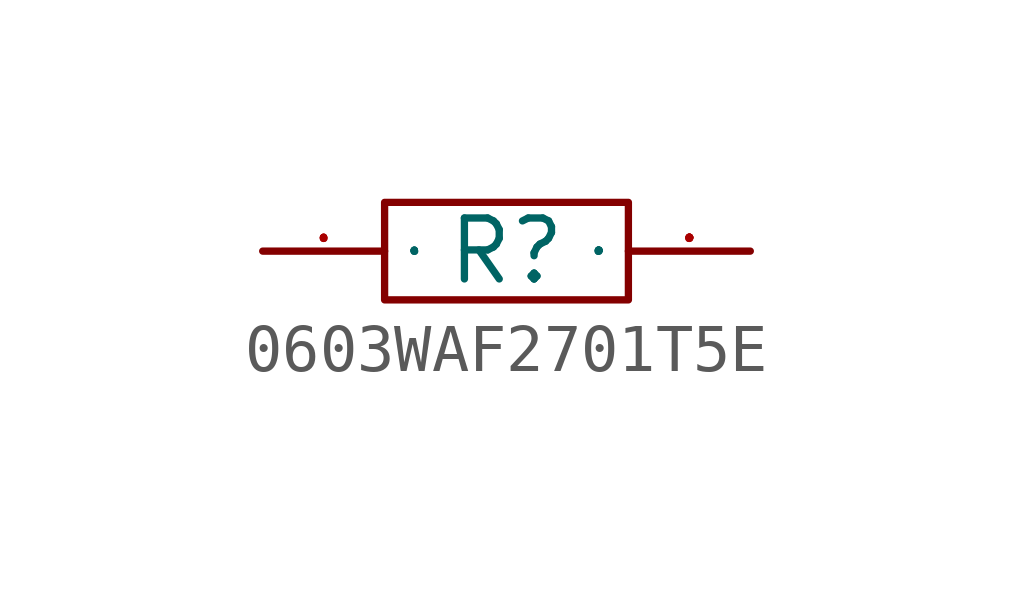
<source format=kicad_sym>
(kicad_symbol_lib
  (version 20241209)
  (generator "kicad_symbol_editor")
  (generator_version "9.0")
  (symbol "0603WAF2701T5E"
    (property "Reference" "R"
      (at 0 0 0)
      (effects (font (size 1.27 1.27))))
    (symbol "0603WAF2701T5E_1_0"
      (rectangle (start -2.54 1.016) (end 2.54 -1.016) (stroke (width 0) (type default)) (fill (type none)))
      (pin input line (at -5.08 0 0) (length 2.54) (name "1" (effects (font (size 0.025 0.025)))) (number "1" (effects (font (size 0.025 0.025)))))
      (pin input line (at 5.08 0 180) (length 2.54) (name "2" (effects (font (size 0.025 0.025)))) (number "2" (effects (font (size 0.025 0.025))))))))
</source>
